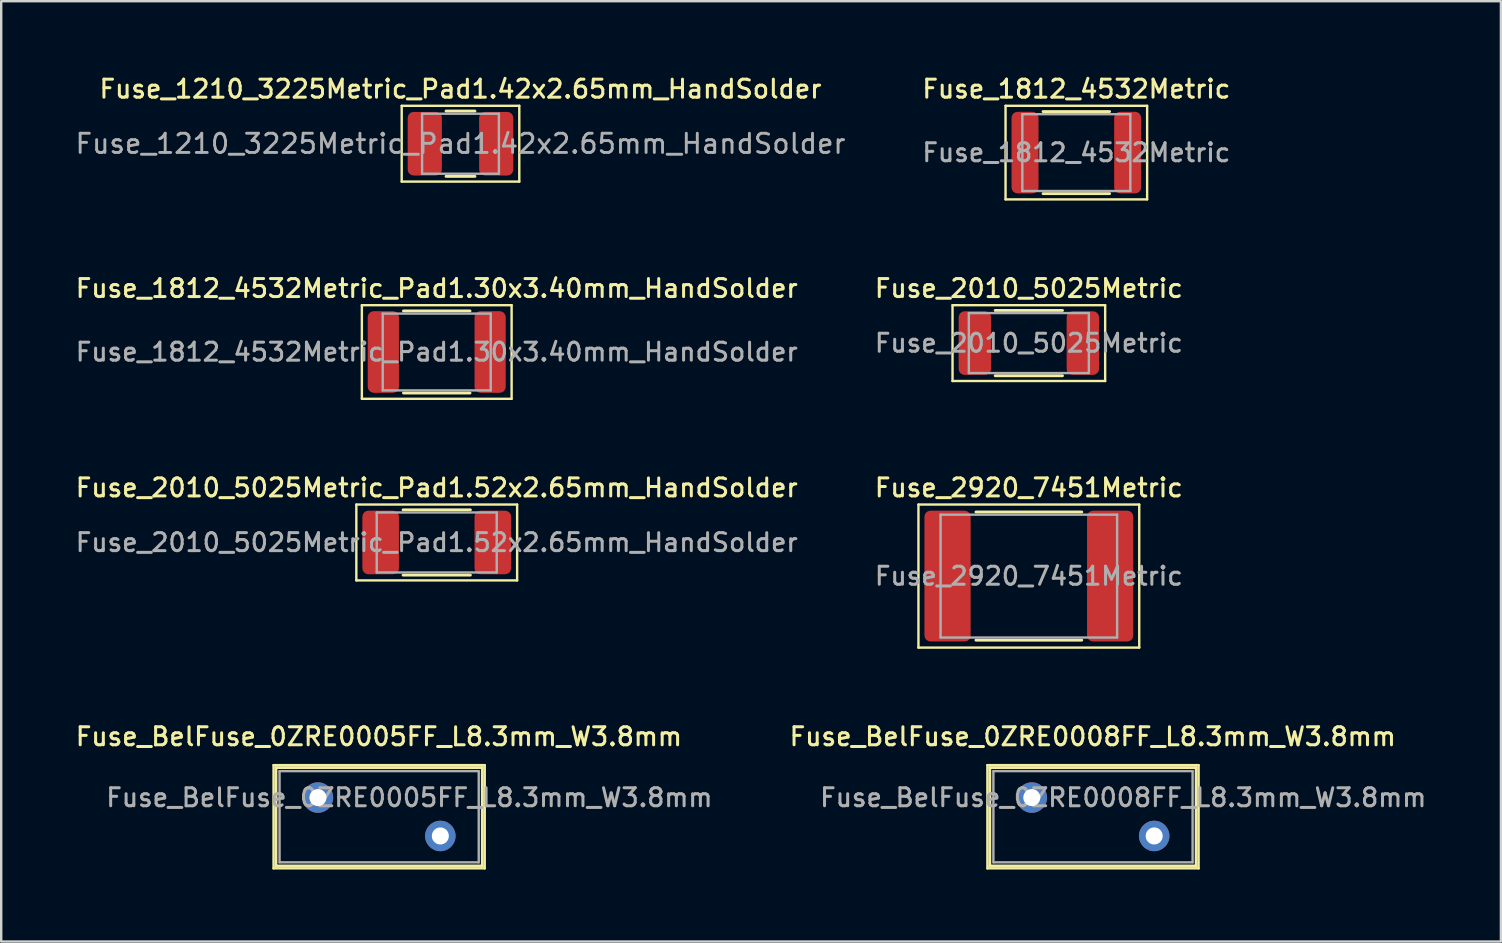
<source format=kicad_pcb>
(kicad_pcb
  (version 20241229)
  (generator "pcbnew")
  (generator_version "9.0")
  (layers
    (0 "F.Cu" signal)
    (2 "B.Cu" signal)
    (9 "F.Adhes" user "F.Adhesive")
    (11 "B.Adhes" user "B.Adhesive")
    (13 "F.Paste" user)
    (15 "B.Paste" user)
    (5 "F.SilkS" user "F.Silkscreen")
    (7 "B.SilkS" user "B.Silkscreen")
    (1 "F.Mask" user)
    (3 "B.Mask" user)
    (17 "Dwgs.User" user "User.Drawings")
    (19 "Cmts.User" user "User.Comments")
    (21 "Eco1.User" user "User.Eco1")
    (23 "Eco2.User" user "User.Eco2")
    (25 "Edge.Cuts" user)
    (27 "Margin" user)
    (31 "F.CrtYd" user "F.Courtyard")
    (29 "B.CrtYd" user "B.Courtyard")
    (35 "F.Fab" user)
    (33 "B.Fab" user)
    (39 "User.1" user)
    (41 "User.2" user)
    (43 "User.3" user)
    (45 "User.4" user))
  (footprint "Fuse_2010_5025Metric"
    (layer "F.Cu")
    (at 39.82 11.246)
    (property "Reference" "Fuse_2010_5025Metric" (at 0 -2.28 0) (layer "F.SilkS") (effects (font (size 0.75 0.75) (thickness 0.125))))
    (attr smd)
    (fp_line (start -3.18 -1.58) (end 3.18 -1.58) (stroke (width 0.1) (type solid)) (layer "F.SilkS"))
    (fp_line (start -3.18 1.58) (end -3.18 -1.58) (stroke (width 0.1) (type solid)) (layer "F.SilkS"))
    (fp_line (start -1.402 -1.36) (end 1.402 -1.36) (stroke (width 0.12) (type solid)) (layer "F.SilkS"))
    (fp_line (start -1.402 1.36) (end 1.402 1.36) (stroke (width 0.12) (type solid)) (layer "F.SilkS"))
    (fp_line (start 3.18 -1.58) (end 3.18 1.58) (stroke (width 0.1) (type solid)) (layer "F.SilkS"))
    (fp_line (start 3.18 1.58) (end -3.18 1.58) (stroke (width 0.1) (type solid)) (layer "F.SilkS"))
    (fp_line (start -2.5 -1.25) (end 2.5 -1.25) (stroke (width 0.1) (type solid)) (layer "F.Fab"))
    (fp_line (start -2.5 1.25) (end -2.5 -1.25) (stroke (width 0.1) (type solid)) (layer "F.Fab"))
    (fp_line (start 2.5 -1.25) (end 2.5 1.25) (stroke (width 0.1) (type solid)) (layer "F.Fab"))
    (fp_line (start 2.5 1.25) (end -2.5 1.25) (stroke (width 0.1) (type solid)) (layer "F.Fab"))
    (fp_text user "${REFERENCE}" (at 0 0 0) (layer "F.Fab") (effects (font (size 0.75 0.75) (thickness 0.125))))
    (pad "1" smd roundrect (at -2.25 0) (size 1.35 2.65) (layers "F.Cu" "F.Mask" "F.Paste") (roundrect_rratio 0.185))
    (pad "2" smd roundrect (at 2.25 0) (size 1.35 2.65) (layers "F.Cu" "F.Mask" "F.Paste") (roundrect_rratio 0.185)))
  (footprint "Fuse_BelFuse_0ZRE0005FF_L8.3mm_W3.8mm"
    (layer "F.Cu")
    (at 10.198 30.183)
    (property "Reference" "Fuse_BelFuse_0ZRE0005FF_L8.3mm_W3.8mm" (at 2.54 -2.54 0) (layer "F.SilkS") (effects (font (size 0.75 0.75) (thickness 0.125))))
    (attr through_hole)
    (fp_line (start -1.85 -1.35) (end -1.85 2.95) (stroke (width 0.1) (type solid)) (layer "F.SilkS"))
    (fp_line (start -1.85 -1.35) (end 6.95 -1.35) (stroke (width 0.1) (type solid)) (layer "F.SilkS"))
    (fp_line (start -1.85 2.95) (end 6.95 2.95) (stroke (width 0.1) (type solid)) (layer "F.SilkS"))
    (fp_line (start -1.75 -1.25) (end -1.75 2.85) (stroke (width 0.12) (type solid)) (layer "F.SilkS"))
    (fp_line (start -1.75 -1.25) (end 6.85 -1.25) (stroke (width 0.12) (type solid)) (layer "F.SilkS"))
    (fp_line (start -1.75 2.85) (end 6.85 2.85) (stroke (width 0.12) (type solid)) (layer "F.SilkS"))
    (fp_line (start 6.85 -1.25) (end 6.85 2.85) (stroke (width 0.12) (type solid)) (layer "F.SilkS"))
    (fp_line (start 6.95 -1.35) (end 6.95 2.95) (stroke (width 0.1) (type solid)) (layer "F.SilkS"))
    (fp_line (start -1.6 -1.1) (end -1.6 2.7) (stroke (width 0.1) (type solid)) (layer "F.Fab"))
    (fp_line (start -1.6 -1.1) (end 6.7 -1.1) (stroke (width 0.1) (type solid)) (layer "F.Fab"))
    (fp_line (start -1.6 2.7) (end 6.7 2.7) (stroke (width 0.1) (type solid)) (layer "F.Fab"))
    (fp_line (start 6.7 -1.1) (end 6.7 2.7) (stroke (width 0.1) (type solid)) (layer "F.Fab"))
    (fp_text user "${REFERENCE}" (at 3.81 0 0) (layer "F.Fab") (effects (font (size 0.75 0.75) (thickness 0.125))))
    (pad "1" thru_hole circle (at 0 0) (size 1.27 1.27) (drill 0.71) (layers "*.Cu" "*.Mask"))
    (pad "2" thru_hole circle (at 5.1 1.6) (size 1.27 1.27) (drill 0.71) (layers "*.Cu" "*.Mask")))
  (footprint "Fuse_2010_5025Metric_Pad1.52x2.65mm_HandSolder"
    (layer "F.Cu")
    (at 15.148 19.554)
    (property "Reference" "Fuse_2010_5025Metric_Pad1.52x2.65mm_HandSolder" (at 0 -2.28 0) (layer "F.SilkS") (effects (font (size 0.75 0.75) (thickness 0.125))))
    (attr smd)
    (fp_line (start -3.35 -1.58) (end 3.35 -1.58) (stroke (width 0.1) (type solid)) (layer "F.SilkS"))
    (fp_line (start -3.35 1.58) (end -3.35 -1.58) (stroke (width 0.1) (type solid)) (layer "F.SilkS"))
    (fp_line (start -1.402 -1.36) (end 1.402 -1.36) (stroke (width 0.12) (type solid)) (layer "F.SilkS"))
    (fp_line (start -1.402 1.36) (end 1.402 1.36) (stroke (width 0.12) (type solid)) (layer "F.SilkS"))
    (fp_line (start 3.35 -1.58) (end 3.35 1.58) (stroke (width 0.1) (type solid)) (layer "F.SilkS"))
    (fp_line (start 3.35 1.58) (end -3.35 1.58) (stroke (width 0.1) (type solid)) (layer "F.SilkS"))
    (fp_line (start -2.5 -1.25) (end 2.5 -1.25) (stroke (width 0.1) (type solid)) (layer "F.Fab"))
    (fp_line (start -2.5 1.25) (end -2.5 -1.25) (stroke (width 0.1) (type solid)) (layer "F.Fab"))
    (fp_line (start 2.5 -1.25) (end 2.5 1.25) (stroke (width 0.1) (type solid)) (layer "F.Fab"))
    (fp_line (start 2.5 1.25) (end -2.5 1.25) (stroke (width 0.1) (type solid)) (layer "F.Fab"))
    (fp_text user "${REFERENCE}" (at 0 0 0) (layer "F.Fab") (effects (font (size 0.75 0.75) (thickness 0.125))))
    (pad "1" smd roundrect (at -2.337 0) (size 1.525 2.65) (layers "F.Cu" "F.Mask" "F.Paste") (roundrect_rratio 0.164))
    (pad "2" smd roundrect (at 2.337 0) (size 1.525 2.65) (layers "F.Cu" "F.Mask" "F.Paste") (roundrect_rratio 0.164)))
  (footprint "Fuse_1210_3225Metric_Pad1.42x2.65mm_HandSolder"
    (layer "F.Cu")
    (at 16.138 2.938)
    (property "Reference" "Fuse_1210_3225Metric_Pad1.42x2.65mm_HandSolder" (at 0 -2.28 0) (layer "F.SilkS") (effects (font (size 0.75 0.75) (thickness 0.125))))
    (attr smd)
    (fp_line (start -2.45 -1.58) (end 2.45 -1.58) (stroke (width 0.1) (type solid)) (layer "F.SilkS"))
    (fp_line (start -2.45 1.58) (end -2.45 -1.58) (stroke (width 0.1) (type solid)) (layer "F.SilkS"))
    (fp_line (start -0.602 -1.36) (end 0.602 -1.36) (stroke (width 0.12) (type solid)) (layer "F.SilkS"))
    (fp_line (start -0.602 1.36) (end 0.602 1.36) (stroke (width 0.12) (type solid)) (layer "F.SilkS"))
    (fp_line (start 2.45 -1.58) (end 2.45 1.58) (stroke (width 0.1) (type solid)) (layer "F.SilkS"))
    (fp_line (start 2.45 1.58) (end -2.45 1.58) (stroke (width 0.1) (type solid)) (layer "F.SilkS"))
    (fp_line (start -1.6 -1.25) (end 1.6 -1.25) (stroke (width 0.1) (type solid)) (layer "F.Fab"))
    (fp_line (start -1.6 1.25) (end -1.6 -1.25) (stroke (width 0.1) (type solid)) (layer "F.Fab"))
    (fp_line (start 1.6 -1.25) (end 1.6 1.25) (stroke (width 0.1) (type solid)) (layer "F.Fab"))
    (fp_line (start 1.6 1.25) (end -1.6 1.25) (stroke (width 0.1) (type solid)) (layer "F.Fab"))
    (fp_text user "${REFERENCE}" (at 0 0 0) (layer "F.Fab") (effects (font (size 0.8 0.8) (thickness 0.12))))
    (pad "1" smd roundrect (at -1.488 0) (size 1.425 2.65) (layers "F.Cu" "F.Mask" "F.Paste") (roundrect_rratio 0.175))
    (pad "2" smd roundrect (at 1.488 0) (size 1.425 2.65) (layers "F.Cu" "F.Mask" "F.Paste") (roundrect_rratio 0.175)))
  (footprint "Fuse_1812_4532Metric"
    (layer "F.Cu")
    (at 41.799 3.308)
    (property "Reference" "Fuse_1812_4532Metric" (at 0 -2.65 0) (layer "F.SilkS") (effects (font (size 0.75 0.75) (thickness 0.125))))
    (attr smd)
    (fp_line (start -2.95 -1.95) (end 2.95 -1.95) (stroke (width 0.1) (type solid)) (layer "F.SilkS"))
    (fp_line (start -2.95 1.95) (end -2.95 -1.95) (stroke (width 0.1) (type solid)) (layer "F.SilkS"))
    (fp_line (start -1.386 -1.71) (end 1.386 -1.71) (stroke (width 0.12) (type solid)) (layer "F.SilkS"))
    (fp_line (start -1.386 1.71) (end 1.386 1.71) (stroke (width 0.12) (type solid)) (layer "F.SilkS"))
    (fp_line (start 2.95 -1.95) (end 2.95 1.95) (stroke (width 0.1) (type solid)) (layer "F.SilkS"))
    (fp_line (start 2.95 1.95) (end -2.95 1.95) (stroke (width 0.1) (type solid)) (layer "F.SilkS"))
    (fp_line (start -2.25 -1.6) (end 2.25 -1.6) (stroke (width 0.1) (type solid)) (layer "F.Fab"))
    (fp_line (start -2.25 1.6) (end -2.25 -1.6) (stroke (width 0.1) (type solid)) (layer "F.Fab"))
    (fp_line (start 2.25 -1.6) (end 2.25 1.6) (stroke (width 0.1) (type solid)) (layer "F.Fab"))
    (fp_line (start 2.25 1.6) (end -2.25 1.6) (stroke (width 0.1) (type solid)) (layer "F.Fab"))
    (fp_text user "${REFERENCE}" (at 0 0 0) (layer "F.Fab") (effects (font (size 0.75 0.75) (thickness 0.125))))
    (pad "1" smd roundrect (at -2.138 0) (size 1.125 3.4) (layers "F.Cu" "F.Mask" "F.Paste") (roundrect_rratio 0.222))
    (pad "2" smd roundrect (at 2.138 0) (size 1.125 3.4) (layers "F.Cu" "F.Mask" "F.Paste") (roundrect_rratio 0.222)))
  (footprint "Fuse_1812_4532Metric_Pad1.30x3.40mm_HandSolder"
    (layer "F.Cu")
    (at 15.148 11.616)
    (property "Reference" "Fuse_1812_4532Metric_Pad1.30x3.40mm_HandSolder" (at 0 -2.65 0) (layer "F.SilkS") (effects (font (size 0.75 0.75) (thickness 0.125))))
    (attr smd)
    (fp_line (start -3.12 -1.95) (end 3.12 -1.95) (stroke (width 0.1) (type solid)) (layer "F.SilkS"))
    (fp_line (start -3.12 1.95) (end -3.12 -1.95) (stroke (width 0.1) (type solid)) (layer "F.SilkS"))
    (fp_line (start -1.386 -1.71) (end 1.386 -1.71) (stroke (width 0.12) (type solid)) (layer "F.SilkS"))
    (fp_line (start -1.386 1.71) (end 1.386 1.71) (stroke (width 0.12) (type solid)) (layer "F.SilkS"))
    (fp_line (start 3.12 -1.95) (end 3.12 1.95) (stroke (width 0.1) (type solid)) (layer "F.SilkS"))
    (fp_line (start 3.12 1.95) (end -3.12 1.95) (stroke (width 0.1) (type solid)) (layer "F.SilkS"))
    (fp_line (start -2.25 -1.6) (end 2.25 -1.6) (stroke (width 0.1) (type solid)) (layer "F.Fab"))
    (fp_line (start -2.25 1.6) (end -2.25 -1.6) (stroke (width 0.1) (type solid)) (layer "F.Fab"))
    (fp_line (start 2.25 -1.6) (end 2.25 1.6) (stroke (width 0.1) (type solid)) (layer "F.Fab"))
    (fp_line (start 2.25 1.6) (end -2.25 1.6) (stroke (width 0.1) (type solid)) (layer "F.Fab"))
    (fp_text user "${REFERENCE}" (at 0 0 0) (layer "F.Fab") (effects (font (size 0.75 0.75) (thickness 0.125))))
    (pad "1" smd roundrect (at -2.225 0) (size 1.3 3.4) (layers "F.Cu" "F.Mask" "F.Paste") (roundrect_rratio 0.192))
    (pad "2" smd roundrect (at 2.225 0) (size 1.3 3.4) (layers "F.Cu" "F.Mask" "F.Paste") (roundrect_rratio 0.192)))
  (footprint "Fuse_BelFuse_0ZRE0008FF_L8.3mm_W3.8mm"
    (layer "F.Cu")
    (at 39.943 30.183)
    (property "Reference" "Fuse_BelFuse_0ZRE0008FF_L8.3mm_W3.8mm" (at 2.54 -2.54 0) (layer "F.SilkS") (effects (font (size 0.75 0.75) (thickness 0.125))))
    (attr through_hole)
    (fp_line (start -1.85 -1.35) (end -1.85 2.95) (stroke (width 0.1) (type solid)) (layer "F.SilkS"))
    (fp_line (start -1.85 -1.35) (end 6.95 -1.35) (stroke (width 0.1) (type solid)) (layer "F.SilkS"))
    (fp_line (start -1.85 2.95) (end 6.95 2.95) (stroke (width 0.1) (type solid)) (layer "F.SilkS"))
    (fp_line (start -1.75 -1.25) (end -1.75 2.85) (stroke (width 0.12) (type solid)) (layer "F.SilkS"))
    (fp_line (start -1.75 -1.25) (end 6.85 -1.25) (stroke (width 0.12) (type solid)) (layer "F.SilkS"))
    (fp_line (start -1.75 2.85) (end 6.85 2.85) (stroke (width 0.12) (type solid)) (layer "F.SilkS"))
    (fp_line (start 6.85 -1.25) (end 6.85 2.85) (stroke (width 0.12) (type solid)) (layer "F.SilkS"))
    (fp_line (start 6.95 -1.35) (end 6.95 2.95) (stroke (width 0.1) (type solid)) (layer "F.SilkS"))
    (fp_line (start -1.6 -1.1) (end -1.6 2.7) (stroke (width 0.1) (type solid)) (layer "F.Fab"))
    (fp_line (start -1.6 -1.1) (end 6.7 -1.1) (stroke (width 0.1) (type solid)) (layer "F.Fab"))
    (fp_line (start -1.6 2.7) (end 6.7 2.7) (stroke (width 0.1) (type solid)) (layer "F.Fab"))
    (fp_line (start 6.7 -1.1) (end 6.7 2.7) (stroke (width 0.1) (type solid)) (layer "F.Fab"))
    (fp_text user "${REFERENCE}" (at 3.81 0 0) (layer "F.Fab") (effects (font (size 0.75 0.75) (thickness 0.125))))
    (pad "1" thru_hole circle (at 0 0) (size 1.27 1.27) (drill 0.71) (layers "*.Cu" "*.Mask"))
    (pad "2" thru_hole circle (at 5.1 1.6) (size 1.27 1.27) (drill 0.71) (layers "*.Cu" "*.Mask")))
  (footprint "Fuse_2920_7451Metric"
    (layer "F.Cu")
    (at 39.82 20.954)
    (property "Reference" "Fuse_2920_7451Metric" (at 0 -3.68 0) (layer "F.SilkS") (effects (font (size 0.75 0.75) (thickness 0.125))))
    (attr smd)
    (fp_line (start -4.6 -2.98) (end 4.6 -2.98) (stroke (width 0.1) (type solid)) (layer "F.SilkS"))
    (fp_line (start -4.6 2.98) (end -4.6 -2.98) (stroke (width 0.1) (type solid)) (layer "F.SilkS"))
    (fp_line (start -2.204 -2.67) (end 2.204 -2.67) (stroke (width 0.12) (type solid)) (layer "F.SilkS"))
    (fp_line (start -2.204 2.67) (end 2.204 2.67) (stroke (width 0.12) (type solid)) (layer "F.SilkS"))
    (fp_line (start 4.6 -2.98) (end 4.6 2.98) (stroke (width 0.1) (type solid)) (layer "F.SilkS"))
    (fp_line (start 4.6 2.98) (end -4.6 2.98) (stroke (width 0.1) (type solid)) (layer "F.SilkS"))
    (fp_line (start -3.678 -2.56) (end 3.678 -2.56) (stroke (width 0.1) (type solid)) (layer "F.Fab"))
    (fp_line (start -3.678 2.56) (end -3.678 -2.56) (stroke (width 0.1) (type solid)) (layer "F.Fab"))
    (fp_line (start 3.678 -2.56) (end 3.678 2.56) (stroke (width 0.1) (type solid)) (layer "F.Fab"))
    (fp_line (start 3.678 2.56) (end -3.678 2.56) (stroke (width 0.1) (type solid)) (layer "F.Fab"))
    (fp_text user "${REFERENCE}" (at 0 0 0) (layer "F.Fab") (effects (font (size 0.75 0.75) (thickness 0.125))))
    (pad "1" smd roundrect (at -3.388 0) (size 1.925 5.45) (layers "F.Cu" "F.Mask" "F.Paste") (roundrect_rratio 0.13))
    (pad "2" smd roundrect (at 3.388 0) (size 1.925 5.45) (layers "F.Cu" "F.Mask" "F.Paste") (roundrect_rratio 0.13)))
  (gr_rect
    (start -3 -3)
    (end 59.49 36.182)
    (stroke (width 0.1) (type default))
    (fill no)
    (layer "Edge.Cuts")))
</source>
